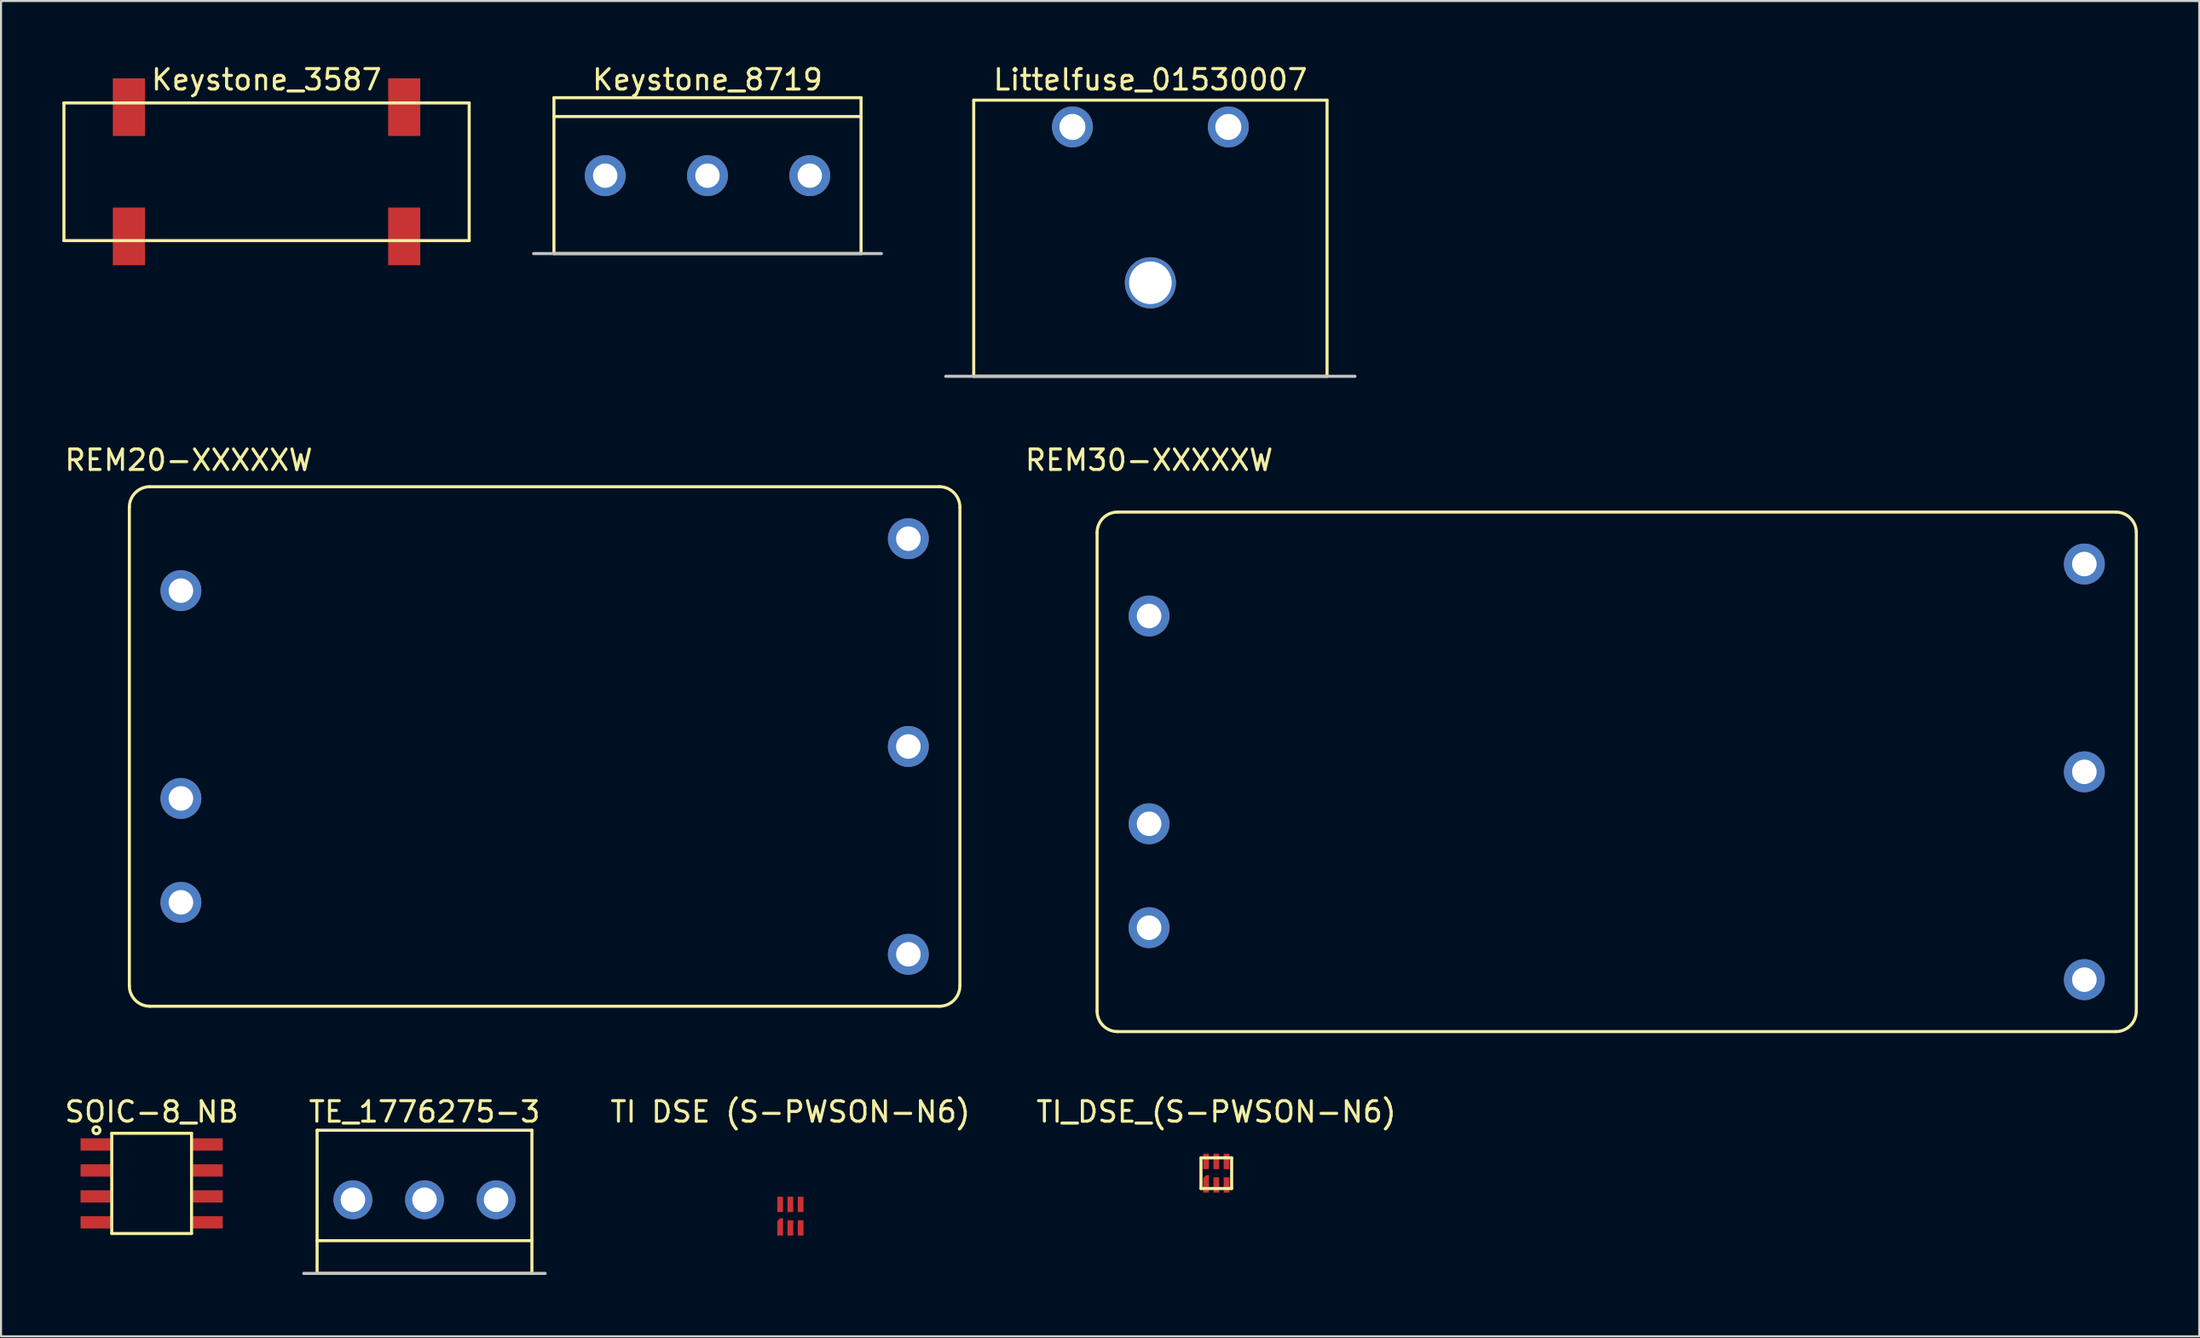
<source format=kicad_pcb>
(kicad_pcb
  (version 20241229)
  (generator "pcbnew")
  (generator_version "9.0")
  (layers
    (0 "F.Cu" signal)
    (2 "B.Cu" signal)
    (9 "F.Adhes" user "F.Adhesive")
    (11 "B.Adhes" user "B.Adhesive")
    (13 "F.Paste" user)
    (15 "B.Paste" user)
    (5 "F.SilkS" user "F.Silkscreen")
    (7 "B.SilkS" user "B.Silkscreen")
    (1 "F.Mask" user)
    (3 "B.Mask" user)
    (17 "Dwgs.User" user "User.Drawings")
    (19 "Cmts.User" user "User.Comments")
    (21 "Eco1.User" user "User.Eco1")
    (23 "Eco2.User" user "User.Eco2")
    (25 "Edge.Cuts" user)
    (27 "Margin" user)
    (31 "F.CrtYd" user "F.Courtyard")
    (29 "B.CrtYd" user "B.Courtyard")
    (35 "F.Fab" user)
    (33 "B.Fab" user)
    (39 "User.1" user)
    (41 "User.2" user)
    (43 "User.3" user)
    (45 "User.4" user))
  (footprint "TI_DSE_(S-PWSON-N6)"
    (layer "F.Cu")
    (at 56.408 54.31)
    (property "Reference" "TI_DSE_(S-PWSON-N6)" (at 0 -3 0) (layer "F.SilkS") (effects (font (size 1 1) (thickness 0.15))))
    (attr through_hole)
    (fp_line (start -0.75 -0.75) (end 0.75 -0.75) (stroke (width 0.15) (type solid)) (layer "F.SilkS"))
    (fp_line (start -0.75 0.75) (end -0.75 -0.75) (stroke (width 0.15) (type solid)) (layer "F.SilkS"))
    (fp_line (start 0.75 -0.75) (end 0.75 0.75) (stroke (width 0.15) (type solid)) (layer "F.SilkS"))
    (fp_line (start 0.75 0.75) (end -0.75 0.75) (stroke (width 0.15) (type solid)) (layer "F.SilkS"))
    (pad "1" smd custom (at -0.5 0.525) (size 0.1 0.1) (layers "F.Cu" "F.Mask" "F.Paste") (options (anchor rect)) (primitives (gr_poly (pts (xy -0.14 0.425) (xy 0.14 0.425) (xy 0.14 -0.425) (xy 0 -0.425) (xy -0.14 -0.285)) (width 0) (fill yes))))
    (pad "2" smd rect (at 0 0.575) (size 0.28 0.75) (layers "F.Cu" "F.Mask" "F.Paste"))
    (pad "3" smd rect (at 0.5 0.575) (size 0.28 0.75) (layers "F.Cu" "F.Mask" "F.Paste"))
    (pad "4" smd rect (at 0.5 -0.575) (size 0.28 0.75) (layers "F.Cu" "F.Mask" "F.Paste"))
    (pad "5" smd rect (at 0 -0.575) (size 0.28 0.75) (layers "F.Cu" "F.Mask" "F.Paste"))
    (pad "6" smd rect (at -0.5 -0.575) (size 0.28 0.75) (layers "F.Cu" "F.Mask" "F.Paste")))
  (footprint "TE_1776275-3"
    (layer "F.Cu")
    (at 17.701 55.61)
    (property "Reference" "TE_1776275-3" (at 0 -4.3 0) (layer "F.SilkS") (effects (font (size 1 1) (thickness 0.15))))
    (attr through_hole)
    (fp_line (start -5.25 -3.4) (end 5.25 -3.4) (stroke (width 0.15) (type solid)) (layer "F.SilkS"))
    (fp_line (start -5.25 3.6) (end -5.25 -3.4) (stroke (width 0.15) (type solid)) (layer "F.SilkS"))
    (fp_line (start 5.25 -3.4) (end 5.25 3.6) (stroke (width 0.15) (type solid)) (layer "F.SilkS"))
    (fp_line (start 5.25 2) (end -5.25 2) (stroke (width 0.15) (type solid)) (layer "F.SilkS"))
    (fp_line (start 5.25 3.6) (end -5.25 3.6) (stroke (width 0.15) (type solid)) (layer "F.SilkS"))
    (fp_line (start -5.9 3.6) (end 5.9 3.6) (stroke (width 0.15) (type solid)) (layer "Dwgs.User"))
    (pad "1" thru_hole circle (at -3.5 0) (size 1.9 1.9) (drill 1.2) (layers "*.Cu" "*.Mask"))
    (pad "2" thru_hole circle (at 0 0) (size 1.9 1.9) (drill 1.2) (layers "*.Cu" "*.Mask"))
    (pad "3" thru_hole circle (at 3.5 0) (size 1.9 1.9) (drill 1.2) (layers "*.Cu" "*.Mask")))
  (footprint "Littelfuse_01530007"
    (layer "F.Cu")
    (at 53.185 15.348)
    (property "Reference" "Littelfuse_01530007" (at 0 -14.5 0) (layer "F.SilkS") (effects (font (size 1 1) (thickness 0.15))))
    (attr through_hole)
    (fp_line (start -8.636 -13.5) (end -8.636 0) (stroke (width 0.15) (type solid)) (layer "F.SilkS"))
    (fp_line (start -8.636 0) (end 8.636 0) (stroke (width 0.15) (type solid)) (layer "F.SilkS"))
    (fp_line (start 8.636 -13.5) (end -8.636 -13.5) (stroke (width 0.15) (type solid)) (layer "F.SilkS"))
    (fp_line (start 8.636 0) (end 8.636 -13.5) (stroke (width 0.15) (type solid)) (layer "F.SilkS"))
    (fp_line (start -10 0) (end 10 0) (stroke (width 0.15) (type solid)) (layer "Dwgs.User"))
    (pad "" np_thru_hole circle (at 0 -4.572) (size 2.5 2.5) (drill 2.083) (layers "*.Cu" "*.Mask"))
    (pad "1" thru_hole circle (at -3.81 -12.192) (size 2 2) (drill 1.27) (layers "*.Cu" "*.Mask"))
    (pad "2" thru_hole circle (at 3.81 -12.192) (size 2 2) (drill 1.27) (layers "*.Cu" "*.Mask")))
  (footprint "Keystone_3587"
    (layer "F.Cu")
    (at 9.98 5.348)
    (property "Reference" "Keystone_3587" (at 0 -4.5 0) (layer "F.SilkS") (effects (font (size 1 1) (thickness 0.15))))
    (attr through_hole)
    (fp_line (start -9.905 -3.365) (end 9.905 -3.365) (stroke (width 0.15) (type solid)) (layer "F.SilkS"))
    (fp_line (start -9.905 3.365) (end -9.905 -3.365) (stroke (width 0.15) (type solid)) (layer "F.SilkS"))
    (fp_line (start 9.905 -3.365) (end 9.905 3.365) (stroke (width 0.15) (type solid)) (layer "F.SilkS"))
    (fp_line (start 9.905 3.365) (end -9.905 3.365) (stroke (width 0.15) (type solid)) (layer "F.SilkS"))
    (pad "1" smd rect (at -6.73 -3.16) (size 1.57 2.82) (layers "F.Cu" "F.Mask" "F.Paste"))
    (pad "1" smd rect (at -6.73 3.16) (size 1.57 2.82) (layers "F.Cu" "F.Mask" "F.Paste"))
    (pad "2" smd rect (at 6.73 -3.16) (size 1.57 2.82) (layers "F.Cu" "F.Mask" "F.Paste"))
    (pad "2" smd rect (at 6.73 3.16) (size 1.57 2.82) (layers "F.Cu" "F.Mask" "F.Paste")))
  (footprint "REM30-XXXXXW"
    (layer "F.Cu")
    (at 75.98 34.687)
    (property "Reference" "REM30-XXXXXW" (at -22.86 -15.24 0) (layer "F.SilkS") (effects (font (size 1 1) (thickness 0.15))))
    (attr through_hole)
    (fp_line (start -25.4 11.7) (end -25.4 -11.7) (stroke (width 0.15) (type solid)) (layer "F.SilkS"))
    (fp_line (start -24.4 -12.7) (end 24.4 -12.7) (stroke (width 0.15) (type solid)) (layer "F.SilkS"))
    (fp_line (start 24.4 12.7) (end -24.4 12.7) (stroke (width 0.15) (type solid)) (layer "F.SilkS"))
    (fp_line (start 25.4 -11.7) (end 25.4 11.7) (stroke (width 0.15) (type solid)) (layer "F.SilkS"))
    (fp_arc (start -25.4 -11.7) (mid -25.107107 -12.407107) (end -24.4 -12.7) (stroke (width 0.15) (type solid)) (layer "F.SilkS"))
    (fp_arc (start -24.4 12.7) (mid -25.107107 12.407107) (end -25.4 11.7) (stroke (width 0.15) (type solid)) (layer "F.SilkS"))
    (fp_arc (start 24.4 -12.7) (mid 25.107107 -12.407107) (end 25.4 -11.7) (stroke (width 0.15) (type solid)) (layer "F.SilkS"))
    (fp_arc (start 25.4 11.7) (mid 25.107107 12.407107) (end 24.4 12.7) (stroke (width 0.15) (type solid)) (layer "F.SilkS"))
    (pad "1" thru_hole circle (at -22.86 7.62) (size 2 2) (drill 1.2) (layers "*.Cu" "*.Mask"))
    (pad "2" thru_hole circle (at -22.86 2.54) (size 2 2) (drill 1.2) (layers "*.Cu" "*.Mask"))
    (pad "3" thru_hole circle (at -22.86 -7.62) (size 2 2) (drill 1.2) (layers "*.Cu" "*.Mask"))
    (pad "4" thru_hole circle (at 22.86 -10.16) (size 2 2) (drill 1.2) (layers "*.Cu" "*.Mask"))
    (pad "5" thru_hole circle (at 22.86 0) (size 2 2) (drill 1.2) (layers "*.Cu" "*.Mask"))
    (pad "6" thru_hole circle (at 22.86 10.16) (size 2 2) (drill 1.2) (layers "*.Cu" "*.Mask")))
  (footprint "SOIC-8_NB"
    (layer "F.Cu")
    (at 4.363 54.81)
    (property "Reference" "SOIC-8_NB" (at 0 -3.5 0) (layer "F.SilkS") (effects (font (size 1 1) (thickness 0.15))))
    (attr through_hole)
    (fp_line (start -1.95 -2.45) (end 1.95 -2.45) (stroke (width 0.15) (type solid)) (layer "F.SilkS"))
    (fp_line (start -1.95 2.45) (end -1.95 -2.45) (stroke (width 0.15) (type solid)) (layer "F.SilkS"))
    (fp_line (start 1.95 -2.45) (end 1.95 2.45) (stroke (width 0.15) (type solid)) (layer "F.SilkS"))
    (fp_line (start 1.95 2.45) (end -1.95 2.45) (stroke (width 0.15) (type solid)) (layer "F.SilkS"))
    (fp_circle (center -2.7 -2.6) (end -2.53 -2.6) (stroke (width 0.15) (type solid)) (fill no) (layer "F.SilkS"))
    (pad "1" smd rect (at -2.7 -1.905) (size 1.55 0.6) (layers "F.Cu" "F.Mask" "F.Paste"))
    (pad "2" smd rect (at -2.7 -0.635) (size 1.55 0.6) (layers "F.Cu" "F.Mask" "F.Paste"))
    (pad "3" smd rect (at -2.7 0.635) (size 1.55 0.6) (layers "F.Cu" "F.Mask" "F.Paste"))
    (pad "4" smd rect (at -2.7 1.905) (size 1.55 0.6) (layers "F.Cu" "F.Mask" "F.Paste"))
    (pad "5" smd rect (at 2.7 1.905) (size 1.55 0.6) (layers "F.Cu" "F.Mask" "F.Paste"))
    (pad "6" smd rect (at 2.7 0.635) (size 1.55 0.6) (layers "F.Cu" "F.Mask" "F.Paste"))
    (pad "7" smd rect (at 2.7 -0.635) (size 1.55 0.6) (layers "F.Cu" "F.Mask" "F.Paste"))
    (pad "8" smd rect (at 2.7 -1.905) (size 1.55 0.6) (layers "F.Cu" "F.Mask" "F.Paste")))
  (footprint "REM20-XXXXXW"
    (layer "F.Cu")
    (at 23.573 33.447)
    (property "Reference" "REM20-XXXXXW" (at -17.4 -14 0) (layer "F.SilkS") (effects (font (size 1 1) (thickness 0.15))))
    (attr through_hole)
    (fp_line (start -20.3 11.7) (end -20.3 -11.7) (stroke (width 0.15) (type solid)) (layer "F.SilkS"))
    (fp_line (start -19.3 -12.7) (end 19.3 -12.7) (stroke (width 0.15) (type solid)) (layer "F.SilkS"))
    (fp_line (start 19.3 12.7) (end -19.3 12.7) (stroke (width 0.15) (type solid)) (layer "F.SilkS"))
    (fp_line (start 20.3 -11.7) (end 20.3 11.7) (stroke (width 0.15) (type solid)) (layer "F.SilkS"))
    (fp_arc (start -20.3 -11.7) (mid -20.007107 -12.407107) (end -19.3 -12.7) (stroke (width 0.15) (type solid)) (layer "F.SilkS"))
    (fp_arc (start -19.3 12.7) (mid -20.007107 12.407107) (end -20.3 11.7) (stroke (width 0.15) (type solid)) (layer "F.SilkS"))
    (fp_arc (start 19.3 -12.7) (mid 20.007107 -12.407107) (end 20.3 -11.7) (stroke (width 0.15) (type solid)) (layer "F.SilkS"))
    (fp_arc (start 20.3 11.7) (mid 20.007107 12.407107) (end 19.3 12.7) (stroke (width 0.15) (type solid)) (layer "F.SilkS"))
    (pad "1" thru_hole circle (at -17.78 7.62) (size 2 2) (drill 1.2) (layers "*.Cu" "*.Mask"))
    (pad "2" thru_hole circle (at -17.78 2.54) (size 2 2) (drill 1.2) (layers "*.Cu" "*.Mask"))
    (pad "3" thru_hole circle (at -17.78 -7.62) (size 2 2) (drill 1.2) (layers "*.Cu" "*.Mask"))
    (pad "4" thru_hole circle (at 17.78 -10.16) (size 2 2) (drill 1.2) (layers "*.Cu" "*.Mask"))
    (pad "5" thru_hole circle (at 17.78 0) (size 2 2) (drill 1.2) (layers "*.Cu" "*.Mask"))
    (pad "6" thru_hole circle (at 17.78 10.16) (size 2 2) (drill 1.2) (layers "*.Cu" "*.Mask")))
  (footprint "TI DSE (S-PWSON-N6)"
    (layer "F.Cu")
    (at 35.587 56.41)
    (property "Reference" "TI DSE (S-PWSON-N6)" (at 0 -5.1 0) (layer "F.SilkS") (effects (font (size 1 1) (thickness 0.15))))
    (attr through_hole)
    (fp_line (start -0.75 -0.75) (end 0.75 -0.75) (stroke (width 0.15) (type solid)) (layer "F.Paste"))
    (fp_line (start -0.75 0.75) (end -0.75 -0.75) (stroke (width 0.15) (type solid)) (layer "F.Paste"))
    (fp_line (start 0.75 -0.75) (end 0.75 0.75) (stroke (width 0.15) (type solid)) (layer "F.Paste"))
    (fp_line (start 0.75 0.75) (end -0.75 0.75) (stroke (width 0.15) (type solid)) (layer "F.Paste"))
    (pad "1" smd custom (at -0.5 0.525) (size 0.1 0.1) (layers "F.Cu" "F.Mask" "F.Paste") (options (anchor rect)) (primitives (gr_poly (pts (xy -0.14 0.425) (xy 0.14 0.425) (xy 0.14 -0.425) (xy 0 -0.425) (xy -0.14 -0.285)) (width 0) (fill yes))))
    (pad "2" smd rect (at 0 0.575) (size 0.28 0.75) (layers "F.Cu" "F.Mask" "F.Paste"))
    (pad "3" smd rect (at 0.5 0.575) (size 0.28 0.75) (layers "F.Cu" "F.Mask" "F.Paste"))
    (pad "4" smd rect (at 0.5 -0.575) (size 0.28 0.75) (layers "F.Cu" "F.Mask" "F.Paste"))
    (pad "5" smd rect (at 0 -0.575) (size 0.28 0.75) (layers "F.Cu" "F.Mask" "F.Paste"))
    (pad "6" smd rect (at -0.5 -0.575) (size 0.28 0.75) (layers "F.Cu" "F.Mask" "F.Paste")))
  (footprint "Keystone_8719"
    (layer "F.Cu")
    (at 31.535 9.348)
    (property "Reference" "Keystone_8719" (at 0 -8.5 0) (layer "F.SilkS") (effects (font (size 1 1) (thickness 0.15))))
    (attr through_hole)
    (fp_line (start -7.506 -7.62) (end 7.506 -7.62) (stroke (width 0.15) (type solid)) (layer "F.SilkS"))
    (fp_line (start -7.506 -6.7) (end 7.506 -6.7) (stroke (width 0.15) (type solid)) (layer "F.SilkS"))
    (fp_line (start -7.506 0) (end -7.506 -7.62) (stroke (width 0.15) (type solid)) (layer "F.SilkS"))
    (fp_line (start 7.506 -7.62) (end 7.506 0) (stroke (width 0.15) (type solid)) (layer "F.SilkS"))
    (fp_line (start 7.506 0) (end -7.506 0) (stroke (width 0.15) (type solid)) (layer "F.SilkS"))
    (fp_line (start -8.5 0) (end 8.5 0) (stroke (width 0.15) (type solid)) (layer "Dwgs.User"))
    (pad "1" thru_hole circle (at -5 -3.81) (size 2 2) (drill 1.194) (layers "*.Cu" "*.Mask"))
    (pad "2" thru_hole circle (at 0 -3.81) (size 2 2) (drill 1.194) (layers "*.Cu" "*.Mask"))
    (pad "3" thru_hole circle (at 5 -3.81) (size 2 2) (drill 1.194) (layers "*.Cu" "*.Mask")))
  (gr_rect
    (start -3 -3)
    (end 104.455 62.285)
    (stroke (width 0.1) (type default))
    (fill no)
    (layer "Edge.Cuts")))
</source>
